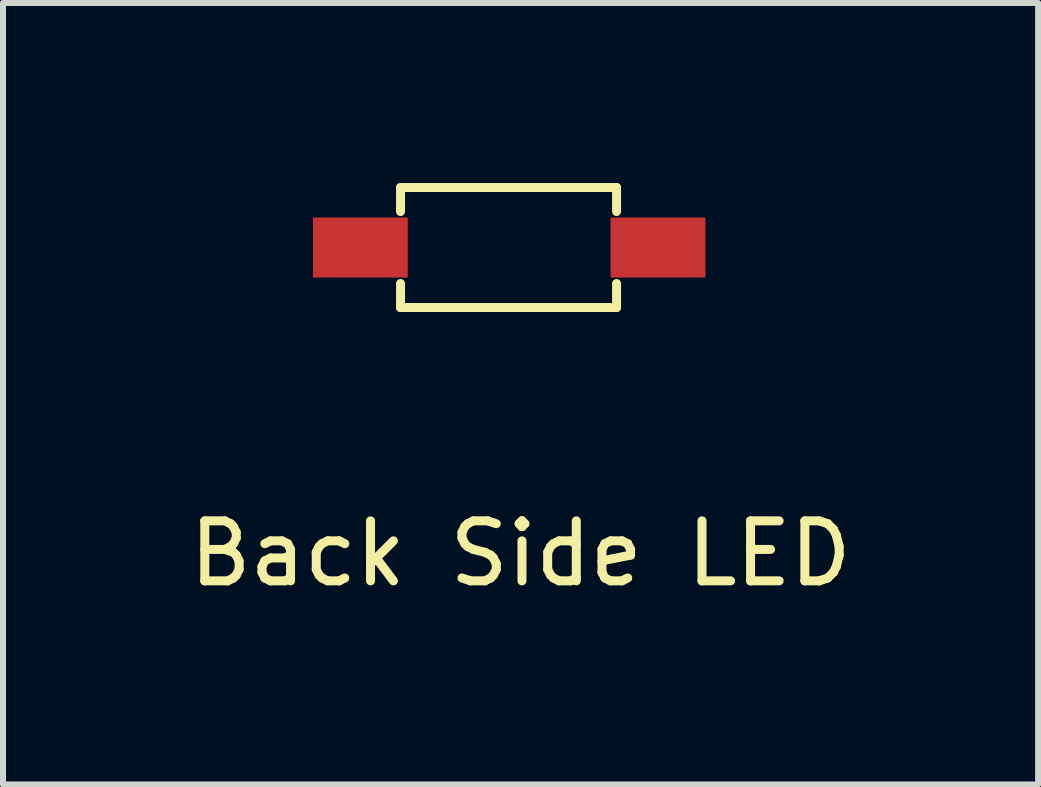
<source format=kicad_pcb>
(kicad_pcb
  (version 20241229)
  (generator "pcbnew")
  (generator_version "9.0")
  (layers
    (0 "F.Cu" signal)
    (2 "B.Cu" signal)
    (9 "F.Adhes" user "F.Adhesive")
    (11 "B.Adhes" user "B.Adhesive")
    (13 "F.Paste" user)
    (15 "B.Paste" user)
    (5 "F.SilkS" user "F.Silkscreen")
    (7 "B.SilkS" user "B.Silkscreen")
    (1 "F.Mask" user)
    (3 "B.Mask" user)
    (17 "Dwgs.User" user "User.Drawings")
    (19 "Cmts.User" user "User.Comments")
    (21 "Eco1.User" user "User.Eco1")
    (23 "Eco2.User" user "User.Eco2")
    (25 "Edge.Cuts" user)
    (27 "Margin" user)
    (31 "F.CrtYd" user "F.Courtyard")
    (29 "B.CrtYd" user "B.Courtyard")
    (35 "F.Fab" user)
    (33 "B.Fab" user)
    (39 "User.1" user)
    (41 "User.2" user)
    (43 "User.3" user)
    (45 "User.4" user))
  (footprint "Back Side LED"
    (layer "F.Cu")
    (at 5.625 5.675)
    (property "Reference" "Back Side LED" (at 0 0.5 0) (layer "F.SilkS") (effects (font (size 1 1) (thickness 0.15))))
    (attr through_hole)
    (fp_line (start -2 -5.6) (end -2 -5.2) (stroke (width 0.15) (type solid)) (layer "F.SilkS"))
    (fp_line (start -2 -5.6) (end 1.6 -5.6) (stroke (width 0.15) (type solid)) (layer "F.SilkS"))
    (fp_line (start -2 -4) (end -2 -3.6) (stroke (width 0.15) (type solid)) (layer "F.SilkS"))
    (fp_line (start -2 -3.6) (end 1.6 -3.6) (stroke (width 0.15) (type solid)) (layer "F.SilkS"))
    (fp_line (start 1.6 -5.6) (end 1.6 -5.2) (stroke (width 0.15) (type solid)) (layer "F.SilkS"))
    (fp_line (start 1.6 -3.6) (end 1.6 -4) (stroke (width 0.15) (type solid)) (layer "F.SilkS"))
    (pad "1" smd rect (at -2.67 -4.6) (size 1.58 1) (layers "F.Cu" "F.Mask" "F.Paste"))
    (pad "2" smd rect (at 2.29 -4.6) (size 1.58 1) (layers "F.Cu" "F.Mask" "F.Paste")))
  (gr_rect
    (start -3 -3)
    (end 14.25 10.023)
    (stroke (width 0.1) (type default))
    (fill no)
    (layer "Edge.Cuts")))
</source>
